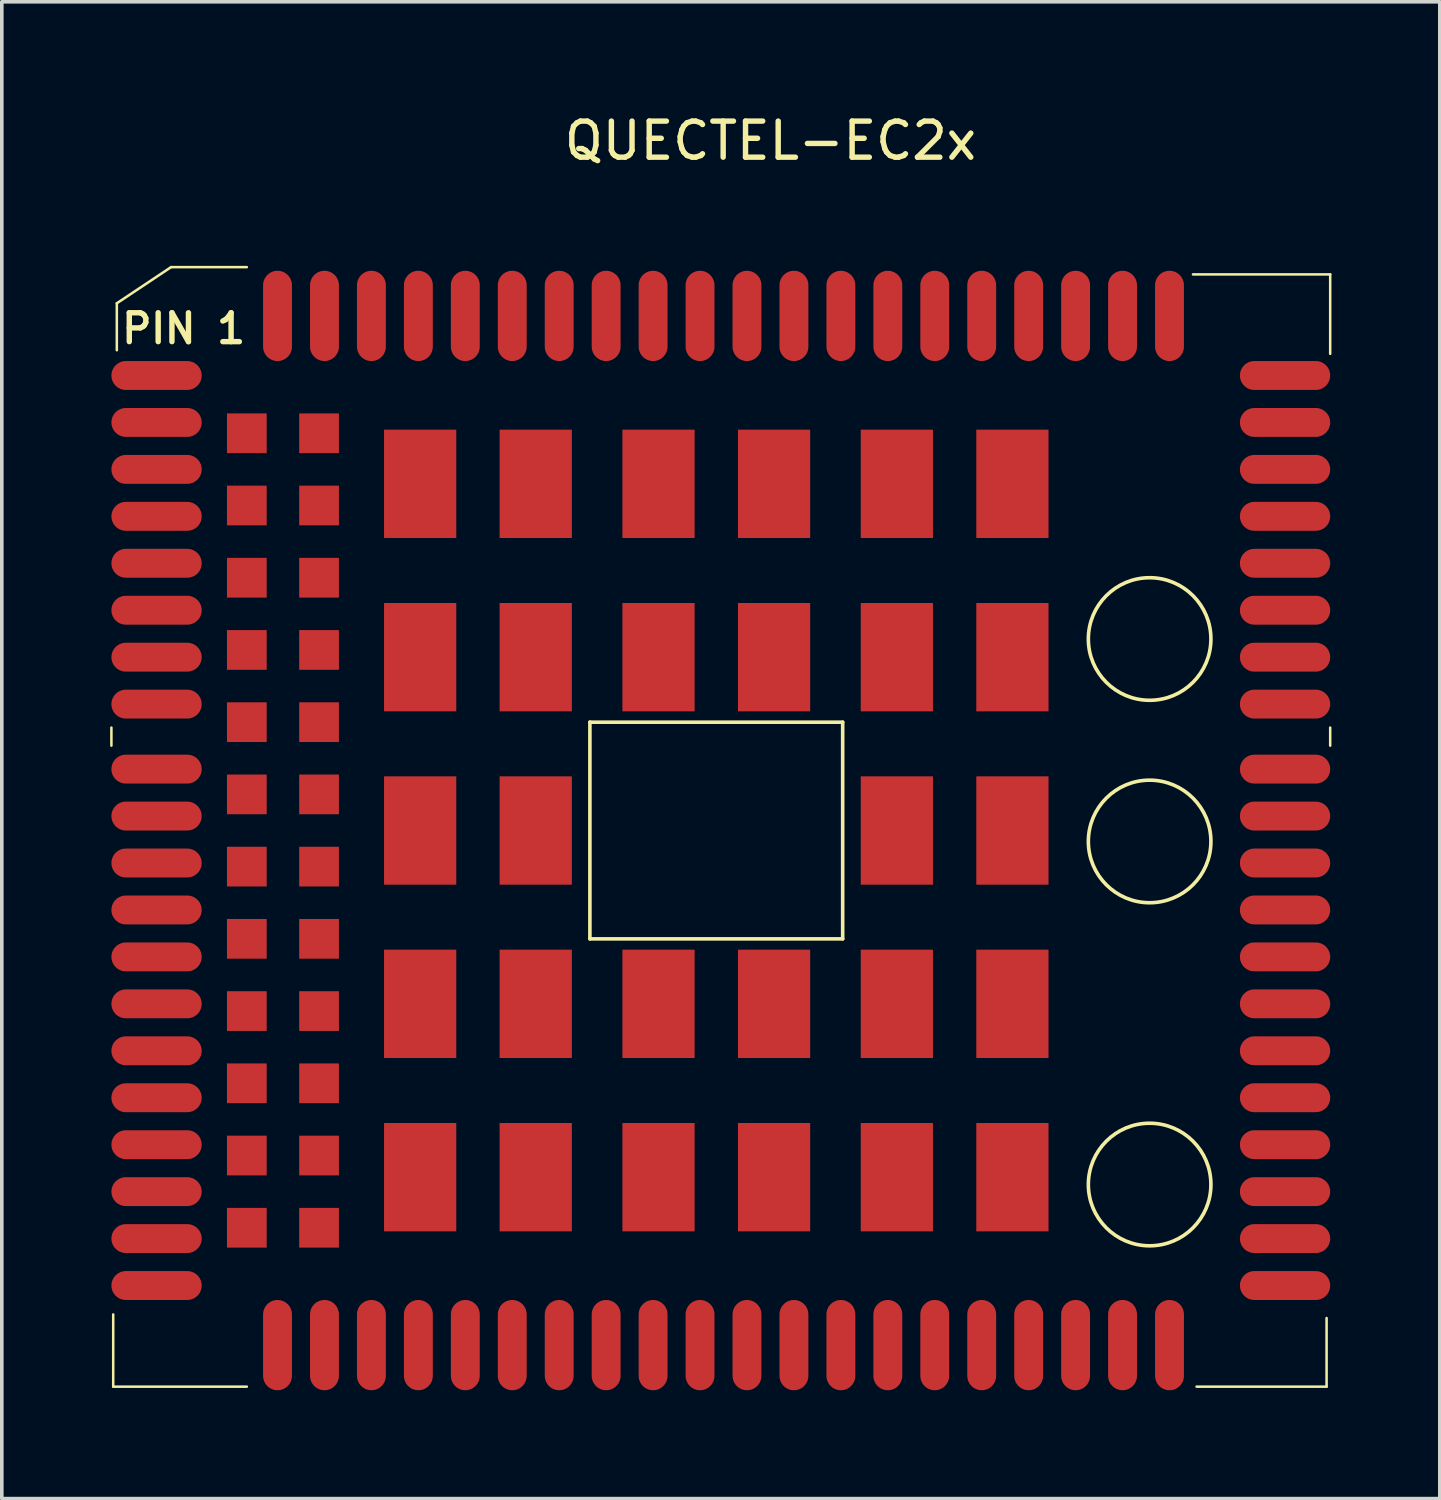
<source format=kicad_pcb>
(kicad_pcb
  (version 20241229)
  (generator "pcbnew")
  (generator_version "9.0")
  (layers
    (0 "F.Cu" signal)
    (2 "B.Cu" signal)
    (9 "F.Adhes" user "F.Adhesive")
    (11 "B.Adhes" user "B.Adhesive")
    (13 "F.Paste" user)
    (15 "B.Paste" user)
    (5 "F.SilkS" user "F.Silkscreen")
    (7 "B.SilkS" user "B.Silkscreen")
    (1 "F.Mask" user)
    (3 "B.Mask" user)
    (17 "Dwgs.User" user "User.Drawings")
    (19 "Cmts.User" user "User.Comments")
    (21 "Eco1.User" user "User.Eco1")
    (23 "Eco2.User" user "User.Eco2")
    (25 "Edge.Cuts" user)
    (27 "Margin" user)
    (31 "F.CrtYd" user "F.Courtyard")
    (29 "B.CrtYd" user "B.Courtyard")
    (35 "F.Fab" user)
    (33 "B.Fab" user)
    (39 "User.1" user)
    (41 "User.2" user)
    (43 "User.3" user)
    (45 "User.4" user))
  (footprint "QUECTEL-EC2x"
    (layer "F.Cu")
    (at 0.785 7.348)
    (property "Reference" "QUECTEL-EC2x" (at 17.5 -6.5 0) (layer "F.SilkS") (effects (font (size 1 1) (thickness 0.15))))
    (attr through_hole)
    (fp_line (start -0.75 9.75) (end -0.75 10.25) (stroke (width 0.07) (type solid)) (layer "F.SilkS"))
    (fp_line (start -0.7 28) (end -0.7 26) (stroke (width 0.07) (type solid)) (layer "F.SilkS"))
    (fp_line (start -0.6 -2) (end 0.9 -3) (stroke (width 0.07) (type solid)) (layer "F.SilkS"))
    (fp_line (start -0.6 -0.7) (end -0.6 -2) (stroke (width 0.07) (type solid)) (layer "F.SilkS"))
    (fp_line (start 0.9 -3) (end 3 -3) (stroke (width 0.07) (type solid)) (layer "F.SilkS"))
    (fp_line (start 3 28) (end -0.7 28) (stroke (width 0.07) (type solid)) (layer "F.SilkS"))
    (fp_line (start 12.5 9.6) (end 12.5 15.6) (stroke (width 0.1) (type solid)) (layer "F.SilkS"))
    (fp_line (start 12.5 15.6) (end 19.5 15.6) (stroke (width 0.1) (type solid)) (layer "F.SilkS"))
    (fp_line (start 19.5 9.6) (end 12.5 9.6) (stroke (width 0.1) (type solid)) (layer "F.SilkS"))
    (fp_line (start 19.5 15.6) (end 19.5 9.6) (stroke (width 0.1) (type solid)) (layer "F.SilkS"))
    (fp_line (start 32.9 26.1) (end 32.9 28) (stroke (width 0.07) (type solid)) (layer "F.SilkS"))
    (fp_line (start 32.9 28) (end 29.3 28) (stroke (width 0.07) (type solid)) (layer "F.SilkS"))
    (fp_line (start 33 -2.8) (end 29.2 -2.8) (stroke (width 0.07) (type solid)) (layer "F.SilkS"))
    (fp_line (start 33 -0.6) (end 33 -2.8) (stroke (width 0.07) (type solid)) (layer "F.SilkS"))
    (fp_line (start 33 9.75) (end 33 10.25) (stroke (width 0.07) (type solid)) (layer "F.SilkS"))
    (fp_circle (center 28 7.297) (end 29.2 8.497) (stroke (width 0.1) (type solid)) (fill no) (layer "F.SilkS"))
    (fp_circle (center 28 12.903) (end 29.2 14.103) (stroke (width 0.1) (type solid)) (fill no) (layer "F.SilkS"))
    (fp_circle (center 28 22.403) (end 29.2 23.603) (stroke (width 0.1) (type solid)) (fill no) (layer "F.SilkS"))
    (fp_text user "PIN 1" (at 1.25 -1.3 0) (layer "F.SilkS") (effects (font (size 0.8 0.8) (thickness 0.15))))
    (pad "1" smd oval (at 0.5 0) (size 2.5 0.8) (layers "F.Cu" "F.Mask" "F.Paste"))
    (pad "2" smd oval (at 0.5 1.3) (size 2.5 0.8) (layers "F.Cu" "F.Mask" "F.Paste"))
    (pad "3" smd oval (at 0.5 2.6) (size 2.5 0.8) (layers "F.Cu" "F.Mask" "F.Paste"))
    (pad "4" smd oval (at 0.5 3.9) (size 2.5 0.8) (layers "F.Cu" "F.Mask" "F.Paste"))
    (pad "5" smd oval (at 0.5 5.2) (size 2.5 0.8) (layers "F.Cu" "F.Mask" "F.Paste"))
    (pad "6" smd oval (at 0.5 6.5) (size 2.5 0.8) (layers "F.Cu" "F.Mask" "F.Paste"))
    (pad "7" smd oval (at 0.5 7.8) (size 2.5 0.8) (layers "F.Cu" "F.Mask" "F.Paste"))
    (pad "8" smd oval (at 0.5 12.2) (size 2.5 0.8) (layers "F.Cu" "F.Mask" "F.Paste"))
    (pad "9" smd oval (at 0.5 13.5) (size 2.5 0.8) (layers "F.Cu" "F.Mask" "F.Paste"))
    (pad "10" smd oval (at 0.5 14.8) (size 2.5 0.8) (layers "F.Cu" "F.Mask" "F.Paste"))
    (pad "11" smd oval (at 0.5 16.1) (size 2.5 0.8) (layers "F.Cu" "F.Mask" "F.Paste"))
    (pad "12" smd oval (at 0.5 17.4) (size 2.5 0.8) (layers "F.Cu" "F.Mask" "F.Paste"))
    (pad "13" smd oval (at 0.5 18.7) (size 2.5 0.8) (layers "F.Cu" "F.Mask" "F.Paste"))
    (pad "14" smd oval (at 0.5 20) (size 2.5 0.8) (layers "F.Cu" "F.Mask" "F.Paste"))
    (pad "15" smd oval (at 0.5 21.3) (size 2.5 0.8) (layers "F.Cu" "F.Mask" "F.Paste"))
    (pad "16" smd oval (at 0.5 22.6) (size 2.5 0.8) (layers "F.Cu" "F.Mask" "F.Paste"))
    (pad "17" smd oval (at 0.5 23.9) (size 2.5 0.8) (layers "F.Cu" "F.Mask" "F.Paste"))
    (pad "18" smd oval (at 0.5 25.2) (size 2.5 0.8) (layers "F.Cu" "F.Mask" "F.Paste"))
    (pad "19" smd oval (at 6.45 26.85) (size 0.8 2.5) (layers "F.Cu" "F.Mask" "F.Paste"))
    (pad "20" smd oval (at 7.75 26.85) (size 0.8 2.5) (layers "F.Cu" "F.Mask" "F.Paste"))
    (pad "21" smd oval (at 9.05 26.85) (size 0.8 2.5) (layers "F.Cu" "F.Mask" "F.Paste"))
    (pad "22" smd oval (at 10.35 26.85) (size 0.8 2.5) (layers "F.Cu" "F.Mask" "F.Paste"))
    (pad "23" smd oval (at 11.65 26.85) (size 0.8 2.5) (layers "F.Cu" "F.Mask" "F.Paste"))
    (pad "24" smd oval (at 12.95 26.85) (size 0.8 2.5) (layers "F.Cu" "F.Mask" "F.Paste"))
    (pad "25" smd oval (at 14.25 26.85) (size 0.8 2.5) (layers "F.Cu" "F.Mask" "F.Paste"))
    (pad "26" smd oval (at 15.55 26.85) (size 0.8 2.5) (layers "F.Cu" "F.Mask" "F.Paste"))
    (pad "27" smd oval (at 16.85 26.85) (size 0.8 2.5) (layers "F.Cu" "F.Mask" "F.Paste"))
    (pad "28" smd oval (at 18.15 26.85) (size 0.8 2.5) (layers "F.Cu" "F.Mask" "F.Paste"))
    (pad "29" smd oval (at 19.45 26.85) (size 0.8 2.5) (layers "F.Cu" "F.Mask" "F.Paste"))
    (pad "30" smd oval (at 20.75 26.85) (size 0.8 2.5) (layers "F.Cu" "F.Mask" "F.Paste"))
    (pad "31" smd oval (at 22.05 26.85) (size 0.8 2.5) (layers "F.Cu" "F.Mask" "F.Paste"))
    (pad "32" smd oval (at 23.35 26.85) (size 0.8 2.5) (layers "F.Cu" "F.Mask" "F.Paste"))
    (pad "33" smd oval (at 24.65 26.85) (size 0.8 2.5) (layers "F.Cu" "F.Mask" "F.Paste"))
    (pad "34" smd oval (at 25.95 26.85) (size 0.8 2.5) (layers "F.Cu" "F.Mask" "F.Paste"))
    (pad "35" smd oval (at 27.25 26.85) (size 0.8 2.5) (layers "F.Cu" "F.Mask" "F.Paste"))
    (pad "36" smd oval (at 28.55 26.85) (size 0.8 2.5) (layers "F.Cu" "F.Mask" "F.Paste"))
    (pad "37" smd oval (at 31.75 25.2) (size 2.5 0.8) (layers "F.Cu" "F.Mask" "F.Paste"))
    (pad "38" smd oval (at 31.75 23.9) (size 2.5 0.8) (layers "F.Cu" "F.Mask" "F.Paste"))
    (pad "39" smd oval (at 31.75 22.6) (size 2.5 0.8) (layers "F.Cu" "F.Mask" "F.Paste"))
    (pad "40" smd oval (at 31.75 21.3) (size 2.5 0.8) (layers "F.Cu" "F.Mask" "F.Paste"))
    (pad "41" smd oval (at 31.75 20) (size 2.5 0.8) (layers "F.Cu" "F.Mask" "F.Paste"))
    (pad "42" smd oval (at 31.75 18.7) (size 2.5 0.8) (layers "F.Cu" "F.Mask" "F.Paste"))
    (pad "43" smd oval (at 31.75 17.4) (size 2.5 0.8) (layers "F.Cu" "F.Mask" "F.Paste"))
    (pad "44" smd oval (at 31.75 16.1) (size 2.5 0.8) (layers "F.Cu" "F.Mask" "F.Paste"))
    (pad "45" smd oval (at 31.75 14.8) (size 2.5 0.8) (layers "F.Cu" "F.Mask" "F.Paste"))
    (pad "46" smd oval (at 31.75 13.5) (size 2.5 0.8) (layers "F.Cu" "F.Mask" "F.Paste"))
    (pad "47" smd oval (at 31.75 12.2) (size 2.5 0.8) (layers "F.Cu" "F.Mask" "F.Paste"))
    (pad "48" smd oval (at 31.75 7.8) (size 2.5 0.8) (layers "F.Cu" "F.Mask" "F.Paste"))
    (pad "49" smd oval (at 31.75 6.5) (size 2.5 0.8) (layers "F.Cu" "F.Mask" "F.Paste"))
    (pad "50" smd oval (at 31.75 5.2) (size 2.5 0.8) (layers "F.Cu" "F.Mask" "F.Paste"))
    (pad "51" smd oval (at 31.75 3.9) (size 2.5 0.8) (layers "F.Cu" "F.Mask" "F.Paste"))
    (pad "52" smd oval (at 31.75 2.6) (size 2.5 0.8) (layers "F.Cu" "F.Mask" "F.Paste"))
    (pad "53" smd oval (at 31.75 1.3) (size 2.5 0.8) (layers "F.Cu" "F.Mask" "F.Paste"))
    (pad "54" smd oval (at 31.75 0) (size 2.5 0.8) (layers "F.Cu" "F.Mask" "F.Paste"))
    (pad "55" smd oval (at 28.55 -1.65 90) (size 2.5 0.8) (layers "F.Cu" "F.Mask" "F.Paste"))
    (pad "56" smd oval (at 27.25 -1.65 90) (size 2.5 0.8) (layers "F.Cu" "F.Mask" "F.Paste"))
    (pad "57" smd oval (at 25.95 -1.65 90) (size 2.5 0.8) (layers "F.Cu" "F.Mask" "F.Paste"))
    (pad "58" smd oval (at 24.65 -1.65 90) (size 2.5 0.8) (layers "F.Cu" "F.Mask" "F.Paste"))
    (pad "59" smd oval (at 23.35 -1.65 90) (size 2.5 0.8) (layers "F.Cu" "F.Mask" "F.Paste"))
    (pad "60" smd oval (at 22.05 -1.65 90) (size 2.5 0.8) (layers "F.Cu" "F.Mask" "F.Paste"))
    (pad "61" smd oval (at 20.75 -1.65 90) (size 2.5 0.8) (layers "F.Cu" "F.Mask" "F.Paste"))
    (pad "62" smd oval (at 19.45 -1.65 90) (size 2.5 0.8) (layers "F.Cu" "F.Mask" "F.Paste"))
    (pad "63" smd oval (at 18.15 -1.65 90) (size 2.5 0.8) (layers "F.Cu" "F.Mask" "F.Paste"))
    (pad "64" smd oval (at 16.85 -1.65 90) (size 2.5 0.8) (layers "F.Cu" "F.Mask" "F.Paste"))
    (pad "65" smd oval (at 15.55 -1.65 90) (size 2.5 0.8) (layers "F.Cu" "F.Mask" "F.Paste"))
    (pad "66" smd oval (at 14.25 -1.65 90) (size 2.5 0.8) (layers "F.Cu" "F.Mask" "F.Paste"))
    (pad "67" smd oval (at 12.95 -1.65 90) (size 2.5 0.8) (layers "F.Cu" "F.Mask" "F.Paste"))
    (pad "68" smd oval (at 11.65 -1.65 90) (size 2.5 0.8) (layers "F.Cu" "F.Mask" "F.Paste"))
    (pad "69" smd oval (at 10.35 -1.65 90) (size 2.5 0.8) (layers "F.Cu" "F.Mask" "F.Paste"))
    (pad "70" smd oval (at 9.05 -1.65 90) (size 2.5 0.8) (layers "F.Cu" "F.Mask" "F.Paste"))
    (pad "71" smd oval (at 7.75 -1.65 90) (size 2.5 0.8) (layers "F.Cu" "F.Mask" "F.Paste"))
    (pad "72" smd oval (at 6.45 -1.65 90) (size 2.5 0.8) (layers "F.Cu" "F.Mask" "F.Paste"))
    (pad "85" smd rect (at 24.2 3 90) (size 3 2) (layers "F.Cu" "F.Mask" "F.Paste"))
    (pad "86" smd rect (at 24.2 7.8 90) (size 3 2) (layers "F.Cu" "F.Mask" "F.Paste"))
    (pad "87" smd rect (at 24.2 12.6 90) (size 3 2) (layers "F.Cu" "F.Mask" "F.Paste"))
    (pad "88" smd rect (at 24.2 17.4 90) (size 3 2) (layers "F.Cu" "F.Mask" "F.Paste"))
    (pad "89" smd rect (at 24.2 22.2 90) (size 3 2) (layers "F.Cu" "F.Mask" "F.Paste"))
    (pad "90" smd rect (at 21 3 90) (size 3 2) (layers "F.Cu" "F.Mask" "F.Paste"))
    (pad "91" smd rect (at 21 7.8 90) (size 3 2) (layers "F.Cu" "F.Mask" "F.Paste"))
    (pad "92" smd rect (at 21 12.6 90) (size 3 2) (layers "F.Cu" "F.Mask" "F.Paste"))
    (pad "93" smd rect (at 21 17.4 90) (size 3 2) (layers "F.Cu" "F.Mask" "F.Paste"))
    (pad "94" smd rect (at 21 22.2 90) (size 3 2) (layers "F.Cu" "F.Mask" "F.Paste"))
    (pad "95" smd rect (at 17.6 3 90) (size 3 2) (layers "F.Cu" "F.Mask" "F.Paste"))
    (pad "96" smd rect (at 17.6 7.8 90) (size 3 2) (layers "F.Cu" "F.Mask" "F.Paste"))
    (pad "97" smd rect (at 17.6 17.4 90) (size 3 2) (layers "F.Cu" "F.Mask" "F.Paste"))
    (pad "98" smd rect (at 17.6 22.2 90) (size 3 2) (layers "F.Cu" "F.Mask" "F.Paste"))
    (pad "99" smd rect (at 14.4 3 90) (size 3 2) (layers "F.Cu" "F.Mask" "F.Paste"))
    (pad "100" smd rect (at 14.4 7.8 90) (size 3 2) (layers "F.Cu" "F.Mask" "F.Paste"))
    (pad "101" smd rect (at 14.4 17.4 90) (size 3 2) (layers "F.Cu" "F.Mask" "F.Paste"))
    (pad "102" smd rect (at 14.4 22.2 90) (size 3 2) (layers "F.Cu" "F.Mask" "F.Paste"))
    (pad "103" smd rect (at 11 3 90) (size 3 2) (layers "F.Cu" "F.Mask" "F.Paste"))
    (pad "104" smd rect (at 11 7.8 90) (size 3 2) (layers "F.Cu" "F.Mask" "F.Paste"))
    (pad "105" smd rect (at 11 12.6 90) (size 3 2) (layers "F.Cu" "F.Mask" "F.Paste"))
    (pad "106" smd rect (at 11 17.4 90) (size 3 2) (layers "F.Cu" "F.Mask" "F.Paste"))
    (pad "107" smd rect (at 11 22.2 90) (size 3 2) (layers "F.Cu" "F.Mask" "F.Paste"))
    (pad "108" smd rect (at 7.8 3 90) (size 3 2) (layers "F.Cu" "F.Mask" "F.Paste"))
    (pad "109" smd rect (at 7.8 7.8 90) (size 3 2) (layers "F.Cu" "F.Mask" "F.Paste"))
    (pad "110" smd rect (at 7.8 12.6 90) (size 3 2) (layers "F.Cu" "F.Mask" "F.Paste"))
    (pad "111" smd rect (at 7.8 17.4 90) (size 3 2) (layers "F.Cu" "F.Mask" "F.Paste"))
    (pad "112" smd rect (at 7.8 22.2 90) (size 3 2) (layers "F.Cu" "F.Mask" "F.Paste"))
    (pad "113" smd oval (at 5.15 -1.65 90) (size 2.5 0.8) (layers "F.Cu" "F.Mask" "F.Paste"))
    (pad "114" smd oval (at 3.85 -1.65 90) (size 2.5 0.8) (layers "F.Cu" "F.Mask" "F.Paste"))
    (pad "115" smd oval (at 5.15 26.85 90) (size 2.5 0.8) (layers "F.Cu" "F.Mask" "F.Paste"))
    (pad "116" smd oval (at 3.85 26.85 90) (size 2.5 0.8) (layers "F.Cu" "F.Mask" "F.Paste"))
    (pad "117" smd rect (at 5 1.6) (size 1.1 1.1) (layers "F.Cu" "F.Mask" "F.Paste"))
    (pad "118" smd rect (at 5 3.6) (size 1.1 1.1) (layers "F.Cu" "F.Mask" "F.Paste"))
    (pad "119" smd rect (at 5 5.6) (size 1.1 1.1) (layers "F.Cu" "F.Mask" "F.Paste"))
    (pad "120" smd rect (at 5 7.6) (size 1.1 1.1) (layers "F.Cu" "F.Mask" "F.Paste"))
    (pad "121" smd rect (at 5 9.6) (size 1.1 1.1) (layers "F.Cu" "F.Mask" "F.Paste"))
    (pad "122" smd rect (at 5 11.6) (size 1.1 1.1) (layers "F.Cu" "F.Mask" "F.Paste"))
    (pad "123" smd rect (at 5 13.6) (size 1.1 1.1) (layers "F.Cu" "F.Mask" "F.Paste"))
    (pad "124" smd rect (at 5 15.6) (size 1.1 1.1) (layers "F.Cu" "F.Mask" "F.Paste"))
    (pad "125" smd rect (at 5 17.6) (size 1.1 1.1) (layers "F.Cu" "F.Mask" "F.Paste"))
    (pad "126" smd rect (at 5 19.6) (size 1.1 1.1) (layers "F.Cu" "F.Mask" "F.Paste"))
    (pad "127" smd rect (at 5 21.6) (size 1.1 1.1) (layers "F.Cu" "F.Mask" "F.Paste"))
    (pad "128" smd rect (at 5 23.6) (size 1.1 1.1) (layers "F.Cu" "F.Mask" "F.Paste"))
    (pad "129" smd rect (at 3 1.6) (size 1.1 1.1) (layers "F.Cu" "F.Mask" "F.Paste"))
    (pad "130" smd rect (at 3 3.6) (size 1.1 1.1) (layers "F.Cu" "F.Mask" "F.Paste"))
    (pad "131" smd rect (at 3 5.6) (size 1.1 1.1) (layers "F.Cu" "F.Mask" "F.Paste"))
    (pad "132" smd rect (at 3 7.6) (size 1.1 1.1) (layers "F.Cu" "F.Mask" "F.Paste"))
    (pad "133" smd rect (at 3 9.6) (size 1.1 1.1) (layers "F.Cu" "F.Mask" "F.Paste"))
    (pad "134" smd rect (at 3 11.6) (size 1.1 1.1) (layers "F.Cu" "F.Mask" "F.Paste"))
    (pad "135" smd rect (at 3 13.6) (size 1.1 1.1) (layers "F.Cu" "F.Mask" "F.Paste"))
    (pad "136" smd rect (at 3 15.6) (size 1.1 1.1) (layers "F.Cu" "F.Mask" "F.Paste"))
    (pad "137" smd rect (at 3 17.6) (size 1.1 1.1) (layers "F.Cu" "F.Mask" "F.Paste"))
    (pad "138" smd rect (at 3 19.6) (size 1.1 1.1) (layers "F.Cu" "F.Mask" "F.Paste"))
    (pad "139" smd rect (at 3 21.6) (size 1.1 1.1) (layers "F.Cu" "F.Mask" "F.Paste"))
    (pad "140" smd rect (at 3 23.6) (size 1.1 1.1) (layers "F.Cu" "F.Mask" "F.Paste"))
    (pad "141" smd oval (at 0.5 9.1) (size 2.5 0.8) (layers "F.Cu" "F.Mask" "F.Paste"))
    (pad "142" smd oval (at 0.5 10.9) (size 2.5 0.8) (layers "F.Cu" "F.Mask" "F.Paste"))
    (pad "143" smd oval (at 31.75 10.9) (size 2.5 0.8) (layers "F.Cu" "F.Mask" "F.Paste"))
    (pad "144" smd oval (at 31.75 9.1) (size 2.5 0.8) (layers "F.Cu" "F.Mask" "F.Paste")))
  (gr_rect
    (start -3 -3)
    (end 36.82 38.448)
    (stroke (width 0.1) (type default))
    (fill no)
    (layer "Edge.Cuts")))
</source>
